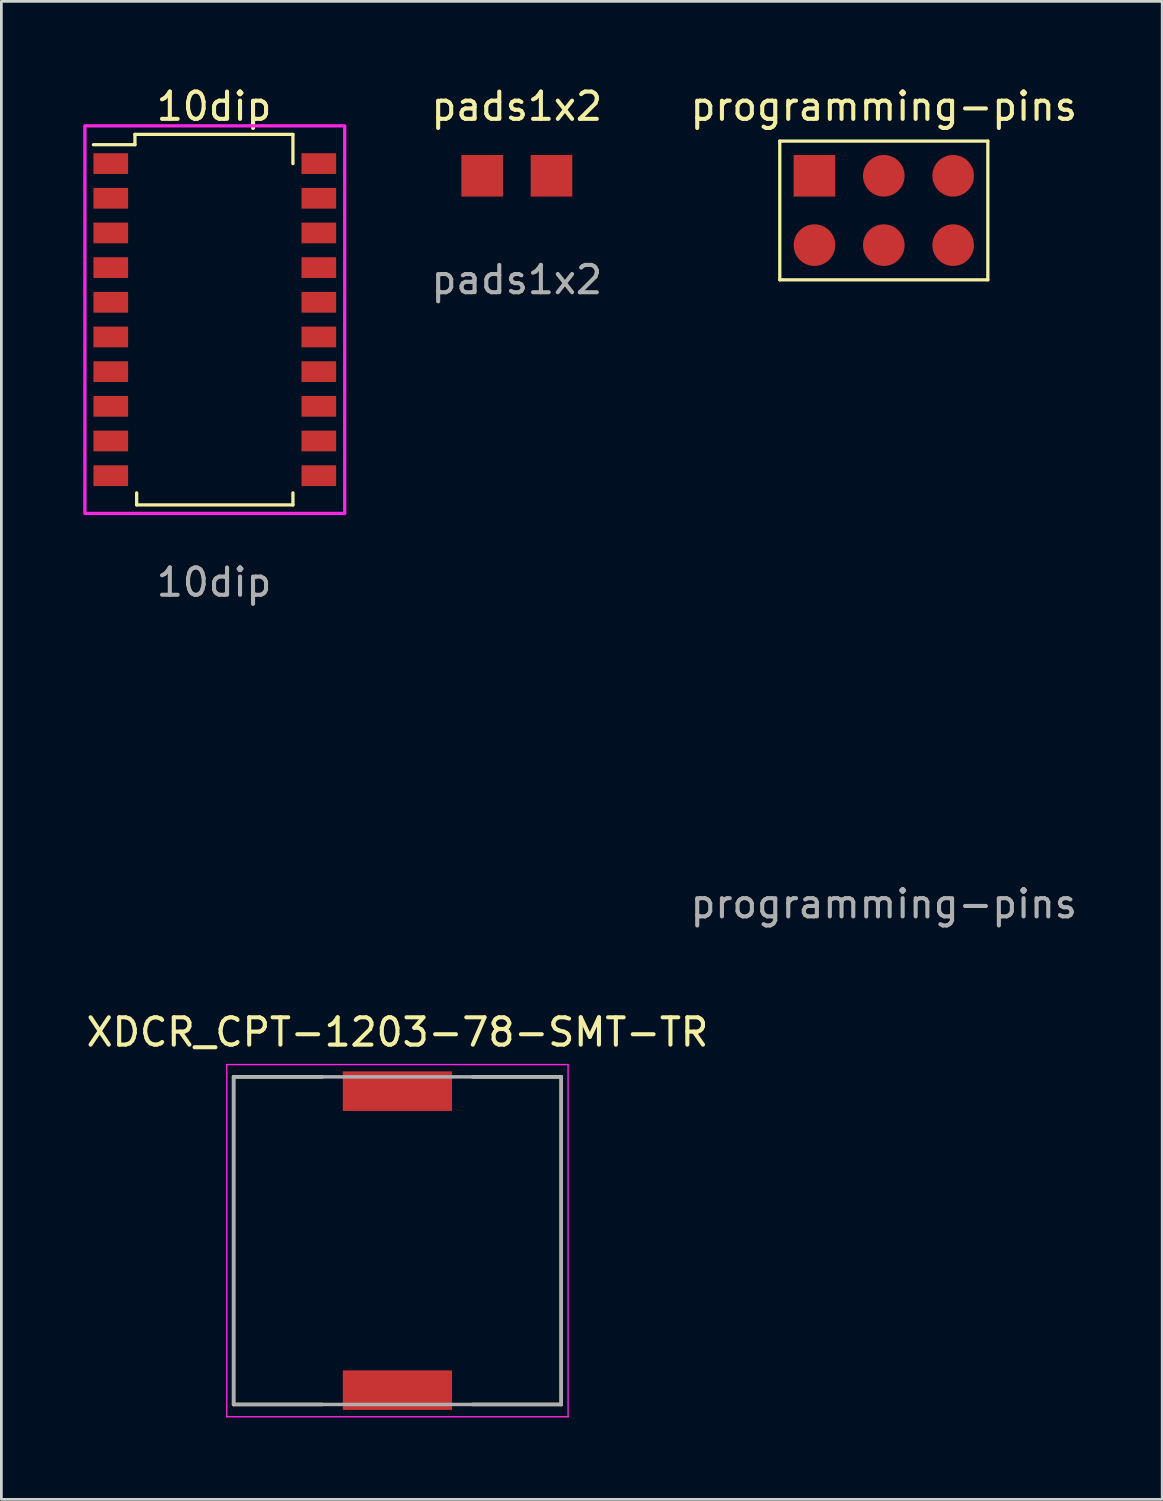
<source format=kicad_pcb>
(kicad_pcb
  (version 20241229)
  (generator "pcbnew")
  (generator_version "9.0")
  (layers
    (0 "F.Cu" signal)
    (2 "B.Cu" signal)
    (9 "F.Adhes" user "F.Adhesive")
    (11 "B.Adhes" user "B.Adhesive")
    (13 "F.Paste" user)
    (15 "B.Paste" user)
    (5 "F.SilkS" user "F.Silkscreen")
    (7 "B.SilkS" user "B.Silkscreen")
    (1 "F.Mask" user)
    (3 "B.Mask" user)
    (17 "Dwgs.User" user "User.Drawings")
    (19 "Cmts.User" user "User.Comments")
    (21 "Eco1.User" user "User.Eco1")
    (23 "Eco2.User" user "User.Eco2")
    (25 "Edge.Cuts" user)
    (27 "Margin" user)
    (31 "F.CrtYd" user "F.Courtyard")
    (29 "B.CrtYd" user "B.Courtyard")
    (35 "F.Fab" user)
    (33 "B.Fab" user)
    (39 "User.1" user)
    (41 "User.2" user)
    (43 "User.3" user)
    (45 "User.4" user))
  (footprint "pads1x2"
    (layer "F.Cu")
    (at 15.879 3.388)
    (property "Reference" "pads1x2" (at 0 -2.54 0) (unlocked yes) (layer "F.SilkS") (effects (font (size 1 1) (thickness 0.15))))
    (fp_text user "${REFERENCE}" (at 0 3.81 0) (unlocked yes) (layer "F.Fab") (effects (font (size 1 1) (thickness 0.15))))
    (pad "1" smd rect (at -1.27 0) (size 1.524 1.524) (layers "F.Cu" "F.Mask" "F.Paste"))
    (pad "2" smd rect (at 1.27 0) (size 1.524 1.524) (layers "F.Cu" "F.Mask" "F.Paste")))
  (footprint "XDCR_CPT-1203-78-SMT-TR"
    (layer "F.Cu")
    (at 11.506 42.39)
    (property "Reference" "XDCR_CPT-1203-78-SMT-TR" (at 0 -7.635 0) (layer "F.SilkS") (effects (font (size 1 1) (thickness 0.15))))
    (attr smd)
    (fp_line (start -6 -6) (end -6 6) (stroke (width 0.127) (type solid)) (layer "F.SilkS"))
    (fp_line (start -6 6) (end -2.75 6) (stroke (width 0.127) (type solid)) (layer "F.SilkS"))
    (fp_line (start -2.75 -6) (end -6 -6) (stroke (width 0.127) (type solid)) (layer "F.SilkS"))
    (fp_line (start 2.75 -6) (end 6 -6) (stroke (width 0.127) (type solid)) (layer "F.SilkS"))
    (fp_line (start 6 -6) (end 6 6) (stroke (width 0.127) (type solid)) (layer "F.SilkS"))
    (fp_line (start 6 6) (end 2.75 6) (stroke (width 0.127) (type solid)) (layer "F.SilkS"))
    (fp_line (start -6.25 -6.45) (end 6.25 -6.45) (stroke (width 0.05) (type solid)) (layer "F.CrtYd"))
    (fp_line (start -6.25 6.45) (end -6.25 -6.45) (stroke (width 0.05) (type solid)) (layer "F.CrtYd"))
    (fp_line (start 6.25 -6.45) (end 6.25 6.45) (stroke (width 0.05) (type solid)) (layer "F.CrtYd"))
    (fp_line (start 6.25 6.45) (end -6.25 6.45) (stroke (width 0.05) (type solid)) (layer "F.CrtYd"))
    (fp_line (start -6 -6) (end 6 -6) (stroke (width 0.127) (type solid)) (layer "F.Fab"))
    (fp_line (start -6 6) (end -6 -6) (stroke (width 0.127) (type solid)) (layer "F.Fab"))
    (fp_line (start 6 -6) (end 6 6) (stroke (width 0.127) (type solid)) (layer "F.Fab"))
    (fp_line (start 6 6) (end -6 6) (stroke (width 0.127) (type solid)) (layer "F.Fab"))
    (pad "1" smd rect (at 0 -5.475) (size 4 1.45) (layers "F.Cu" "F.Mask" "F.Paste"))
    (pad "2" smd rect (at 0 5.475) (size 4 1.45) (layers "F.Cu" "F.Mask" "F.Paste")))
  (footprint "10dip"
    (layer "F.Cu")
    (at 4.817 8.657)
    (property "Reference" "10dip" (at -0.028 -7.809 0) (unlocked yes) (layer "F.SilkS") (effects (font (size 1 1) (thickness 0.15))))
    (fp_line (start -4.445 -6.407) (end -2.925 -6.407) (stroke (width 0.12) (type solid)) (layer "F.SilkS"))
    (fp_line (start -2.925 -6.785) (end -2.925 -6.407) (stroke (width 0.12) (type solid)) (layer "F.SilkS"))
    (fp_line (start -2.925 -6.785) (end 2.862 -6.785) (stroke (width 0.12) (type solid)) (layer "F.SilkS"))
    (fp_line (start -2.862 6.785) (end -2.862 6.345) (stroke (width 0.12) (type solid)) (layer "F.SilkS"))
    (fp_line (start -2.862 6.785) (end 2.862 6.785) (stroke (width 0.12) (type solid)) (layer "F.SilkS"))
    (fp_line (start 2.862 -6.785) (end 2.862 -5.715) (stroke (width 0.12) (type solid)) (layer "F.SilkS"))
    (fp_line (start 2.862 6.785) (end 2.862 6.345) (stroke (width 0.12) (type solid)) (layer "F.SilkS"))
    (fp_rect (start -4.758 -7.098) (end 4.758 7.098) (stroke (width 0.12) (type solid)) (fill no) (layer "F.CrtYd"))
    (fp_text user "${REFERENCE}" (at -0.028 9.622 0) (unlocked yes) (layer "F.Fab") (effects (font (size 1 1) (thickness 0.15))))
    (pad "1" smd rect (at -3.81 -5.715) (size 1.27 0.76) (layers "F.Cu" "F.Mask" "F.Paste"))
    (pad "2" smd rect (at -3.81 -4.445) (size 1.27 0.76) (layers "F.Cu" "F.Mask" "F.Paste"))
    (pad "3" smd rect (at -3.81 -3.175) (size 1.27 0.76) (layers "F.Cu" "F.Mask" "F.Paste"))
    (pad "4" smd rect (at -3.81 -1.905) (size 1.27 0.76) (layers "F.Cu" "F.Mask" "F.Paste"))
    (pad "5" smd rect (at -3.81 -0.635) (size 1.27 0.76) (layers "F.Cu" "F.Mask" "F.Paste"))
    (pad "6" smd rect (at -3.81 0.635) (size 1.27 0.76) (layers "F.Cu" "F.Mask" "F.Paste"))
    (pad "7" smd rect (at -3.81 1.905) (size 1.27 0.76) (layers "F.Cu" "F.Mask" "F.Paste"))
    (pad "8" smd rect (at -3.81 3.175) (size 1.27 0.76) (layers "F.Cu" "F.Mask" "F.Paste"))
    (pad "9" smd rect (at -3.81 4.445) (size 1.27 0.76) (layers "F.Cu" "F.Mask" "F.Paste"))
    (pad "10" smd rect (at -3.81 5.715) (size 1.27 0.76) (layers "F.Cu" "F.Mask" "F.Paste"))
    (pad "11" smd rect (at 3.81 5.715) (size 1.27 0.76) (layers "F.Cu" "F.Mask" "F.Paste"))
    (pad "12" smd rect (at 3.81 4.445) (size 1.27 0.76) (layers "F.Cu" "F.Mask" "F.Paste"))
    (pad "13" smd rect (at 3.81 3.175) (size 1.27 0.76) (layers "F.Cu" "F.Mask" "F.Paste"))
    (pad "14" smd rect (at 3.81 1.905) (size 1.27 0.76) (layers "F.Cu" "F.Mask" "F.Paste"))
    (pad "15" smd rect (at 3.81 0.635) (size 1.27 0.76) (layers "F.Cu" "F.Mask" "F.Paste"))
    (pad "16" smd rect (at 3.81 -0.635) (size 1.27 0.76) (layers "F.Cu" "F.Mask" "F.Paste"))
    (pad "17" smd rect (at 3.81 -1.905) (size 1.27 0.76) (layers "F.Cu" "F.Mask" "F.Paste"))
    (pad "18" smd rect (at 3.81 -3.175) (size 1.27 0.76) (layers "F.Cu" "F.Mask" "F.Paste"))
    (pad "19" smd rect (at 3.81 -4.445) (size 1.27 0.76) (layers "F.Cu" "F.Mask" "F.Paste"))
    (pad "20" smd rect (at 3.81 -5.715) (size 1.27 0.76) (layers "F.Cu" "F.Mask" "F.Paste")))
  (footprint "programming-pins"
    (layer "F.Cu")
    (at 29.32 4.658)
    (property "Reference" "programming-pins" (at 0 -3.81 0) (unlocked yes) (layer "F.SilkS") (effects (font (size 1 1) (thickness 0.15))))
    (fp_line (start -3.81 -2.54) (end -3.81 2.54) (stroke (width 0.12) (type solid)) (layer "F.SilkS"))
    (fp_line (start -3.81 2.54) (end 3.81 2.54) (stroke (width 0.12) (type solid)) (layer "F.SilkS"))
    (fp_line (start 3.81 -2.54) (end -3.81 -2.54) (stroke (width 0.12) (type solid)) (layer "F.SilkS"))
    (fp_line (start 3.81 2.54) (end 3.81 -2.54) (stroke (width 0.12) (type solid)) (layer "F.SilkS"))
    (fp_text user "${REFERENCE}" (at 0 25.4 0) (unlocked yes) (layer "F.Fab") (effects (font (size 1 1) (thickness 0.15))))
    (pad "1" smd rect (at -2.54 -1.27) (size 1.524 1.524) (layers "F.Cu" "F.Mask"))
    (pad "2" smd circle (at 0 -1.27) (size 1.524 1.524) (layers "F.Cu" "F.Mask"))
    (pad "3" smd circle (at 2.54 -1.27) (size 1.524 1.524) (layers "F.Cu" "F.Mask"))
    (pad "4" smd circle (at -2.54 1.27) (size 1.524 1.524) (layers "F.Cu" "F.Mask"))
    (pad "5" smd circle (at 0 1.27) (size 1.524 1.524) (layers "F.Cu" "F.Mask"))
    (pad "6" smd circle (at 2.54 1.27) (size 1.524 1.524) (layers "F.Cu" "F.Mask")))
  (gr_rect
    (start -3 -3)
    (end 39.516 51.865)
    (stroke (width 0.1) (type default))
    (fill no)
    (layer "Edge.Cuts")))
</source>
